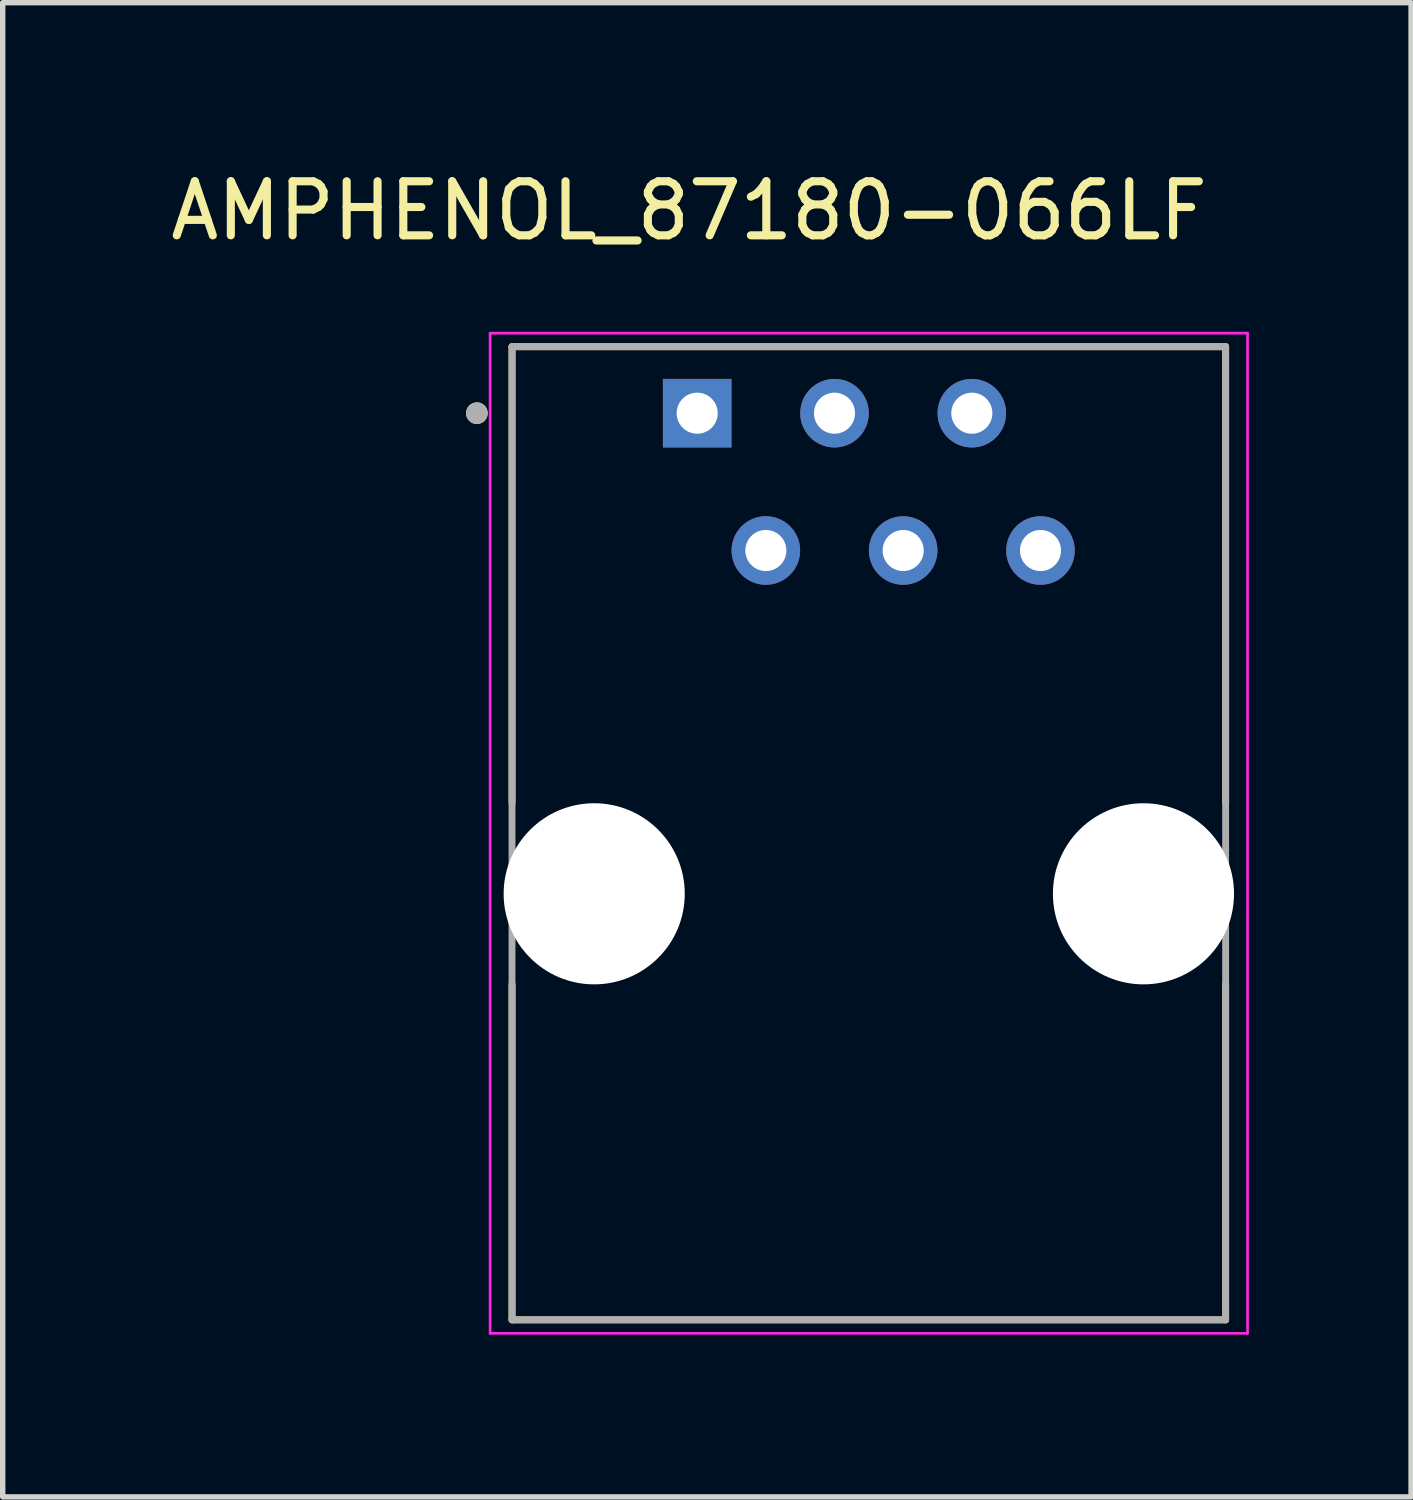
<source format=kicad_pcb>
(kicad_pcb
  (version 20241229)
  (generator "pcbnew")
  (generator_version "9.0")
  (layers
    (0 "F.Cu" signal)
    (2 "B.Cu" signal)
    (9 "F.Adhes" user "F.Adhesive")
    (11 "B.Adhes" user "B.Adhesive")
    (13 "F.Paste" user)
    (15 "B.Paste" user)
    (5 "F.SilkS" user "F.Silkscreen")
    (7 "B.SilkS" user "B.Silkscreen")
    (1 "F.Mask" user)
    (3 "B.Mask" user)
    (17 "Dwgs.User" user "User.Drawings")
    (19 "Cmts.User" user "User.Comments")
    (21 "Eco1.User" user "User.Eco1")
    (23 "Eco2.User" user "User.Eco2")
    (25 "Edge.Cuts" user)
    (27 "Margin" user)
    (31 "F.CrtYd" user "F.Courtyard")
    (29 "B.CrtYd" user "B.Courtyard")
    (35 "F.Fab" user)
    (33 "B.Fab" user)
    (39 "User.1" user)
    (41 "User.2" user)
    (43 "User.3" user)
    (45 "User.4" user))
  (footprint "AMPHENOL_87180-066LF"
    (layer "F.Cu")
    (at 13.021 13.483)
    (property "Reference" "AMPHENOL_87180-066LF" (at -3.325 -12.635 0) (layer "F.SilkS") (effects (font (size 1 1) (thickness 0.15))))
    (attr through_hole)
    (fp_line (start -6.6 -10.12) (end -6.6 -1.675) (stroke (width 0.127) (type solid)) (layer "F.SilkS"))
    (fp_line (start -6.6 7.88) (end -6.6 1.675) (stroke (width 0.127) (type solid)) (layer "F.SilkS"))
    (fp_line (start -6.6 7.88) (end 6.6 7.88) (stroke (width 0.127) (type solid)) (layer "F.SilkS"))
    (fp_line (start 6.6 -10.12) (end -6.6 -10.12) (stroke (width 0.127) (type solid)) (layer "F.SilkS"))
    (fp_line (start 6.6 -1.675) (end 6.6 -10.12) (stroke (width 0.127) (type solid)) (layer "F.SilkS"))
    (fp_line (start 6.6 7.88) (end 6.6 1.675) (stroke (width 0.127) (type solid)) (layer "F.SilkS"))
    (fp_circle (center -7.25 -8.89) (end -7.15 -8.89) (stroke (width 0.2) (type solid)) (fill no) (layer "F.SilkS"))
    (fp_line (start -7.005 -10.37) (end -7.005 8.13) (stroke (width 0.05) (type solid)) (layer "F.CrtYd"))
    (fp_line (start -7.005 8.13) (end 7.005 8.13) (stroke (width 0.05) (type solid)) (layer "F.CrtYd"))
    (fp_line (start 7.005 -10.37) (end -7.005 -10.37) (stroke (width 0.05) (type solid)) (layer "F.CrtYd"))
    (fp_line (start 7.005 8.13) (end 7.005 -10.37) (stroke (width 0.05) (type solid)) (layer "F.CrtYd"))
    (fp_line (start -6.6 -10.12) (end -6.6 7.88) (stroke (width 0.127) (type solid)) (layer "F.Fab"))
    (fp_line (start -6.6 7.88) (end 6.6 7.88) (stroke (width 0.127) (type solid)) (layer "F.Fab"))
    (fp_line (start 6.6 -10.12) (end -6.6 -10.12) (stroke (width 0.127) (type solid)) (layer "F.Fab"))
    (fp_line (start 6.6 7.88) (end 6.6 -10.12) (stroke (width 0.127) (type solid)) (layer "F.Fab"))
    (fp_circle (center -7.25 -8.89) (end -7.15 -8.89) (stroke (width 0.2) (type solid)) (fill no) (layer "F.Fab"))
    (pad "" np_thru_hole circle (at -5.08 0) (size 3.35 3.35) (drill 3.35) (layers "*.Cu" "*.Mask"))
    (pad "" np_thru_hole circle (at 5.08 0) (size 3.35 3.35) (drill 3.35) (layers "*.Cu" "*.Mask"))
    (pad "1" thru_hole rect (at -3.175 -8.89) (size 1.268 1.268) (drill 0.76) (layers "*.Cu" "*.Mask"))
    (pad "2" thru_hole circle (at -1.905 -6.35) (size 1.268 1.268) (drill 0.76) (layers "*.Cu" "*.Mask"))
    (pad "3" thru_hole circle (at -0.635 -8.89) (size 1.268 1.268) (drill 0.76) (layers "*.Cu" "*.Mask"))
    (pad "4" thru_hole circle (at 0.635 -6.35) (size 1.268 1.268) (drill 0.76) (layers "*.Cu" "*.Mask"))
    (pad "5" thru_hole circle (at 1.905 -8.89) (size 1.268 1.268) (drill 0.76) (layers "*.Cu" "*.Mask"))
    (pad "6" thru_hole circle (at 3.175 -6.35) (size 1.268 1.268) (drill 0.76) (layers "*.Cu" "*.Mask")))
  (gr_rect
    (start -3 -3)
    (end 23.051 24.638)
    (stroke (width 0.1) (type default))
    (fill no)
    (layer "Edge.Cuts")))
</source>
